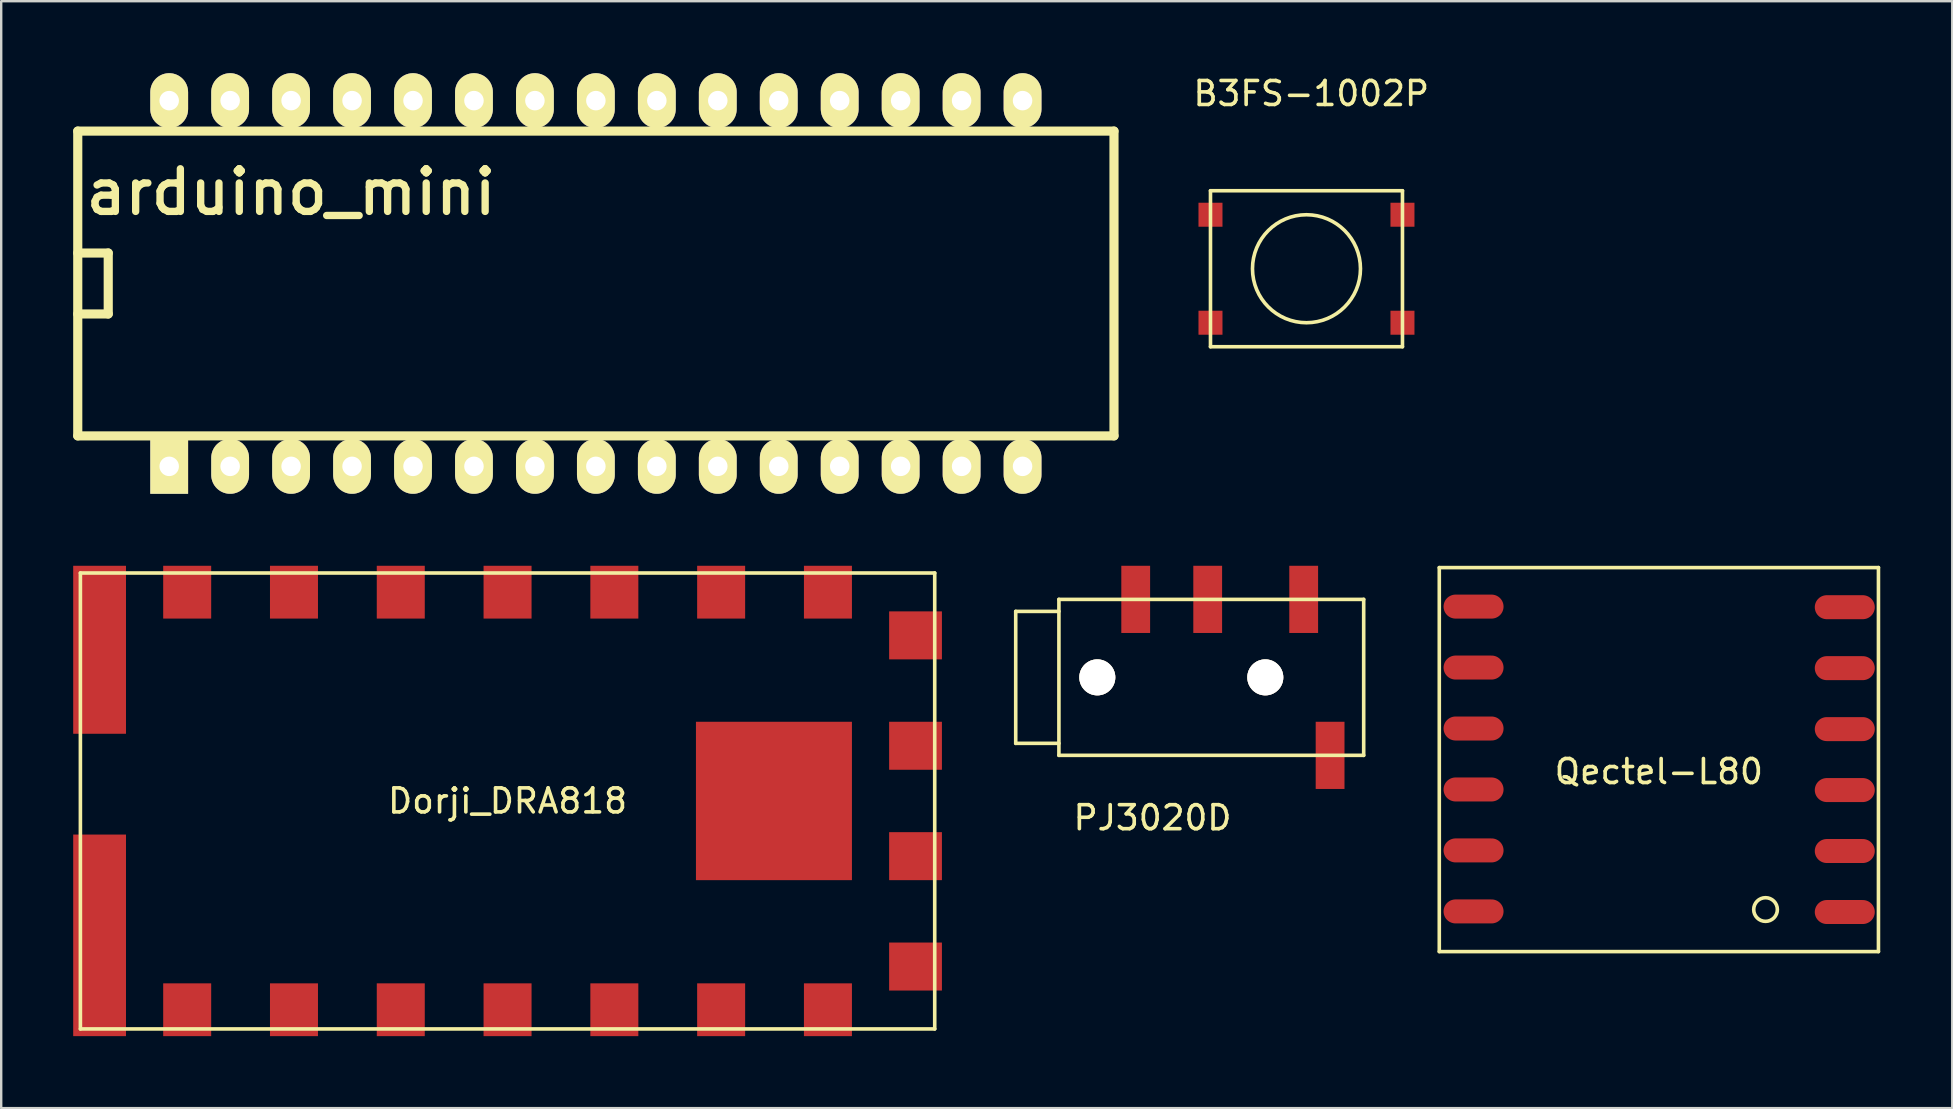
<source format=kicad_pcb>
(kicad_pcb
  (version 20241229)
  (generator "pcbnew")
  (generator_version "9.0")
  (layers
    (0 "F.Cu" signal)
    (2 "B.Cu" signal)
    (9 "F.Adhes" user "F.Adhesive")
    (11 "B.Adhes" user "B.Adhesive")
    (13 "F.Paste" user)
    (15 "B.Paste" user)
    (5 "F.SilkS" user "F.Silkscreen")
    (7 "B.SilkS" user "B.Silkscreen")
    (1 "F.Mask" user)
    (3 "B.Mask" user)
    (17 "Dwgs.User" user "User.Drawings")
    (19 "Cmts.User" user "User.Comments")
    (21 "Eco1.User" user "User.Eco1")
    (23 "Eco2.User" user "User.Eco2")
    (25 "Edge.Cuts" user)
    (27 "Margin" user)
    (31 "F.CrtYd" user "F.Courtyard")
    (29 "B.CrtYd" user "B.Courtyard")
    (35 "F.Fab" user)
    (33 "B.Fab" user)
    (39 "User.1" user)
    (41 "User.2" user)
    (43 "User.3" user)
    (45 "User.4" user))
  (footprint "B3FS-1002P"
    (layer "F.Cu")
    (at 51.391 8.148)
    (property "Reference" "B3FS-1002P" (at 0.2 -7.3 0) (layer "F.SilkS") (effects (font (size 1 1) (thickness 0.15))))
    (attr through_hole)
    (fp_line (start -4 -3.25) (end -4 3.25) (stroke (width 0.15) (type solid)) (layer "F.SilkS"))
    (fp_line (start -4 3.25) (end 4 3.25) (stroke (width 0.15) (type solid)) (layer "F.SilkS"))
    (fp_line (start 4 -3.25) (end -4 -3.25) (stroke (width 0.15) (type solid)) (layer "F.SilkS"))
    (fp_line (start 4 3.25) (end 4 -3.25) (stroke (width 0.15) (type solid)) (layer "F.SilkS"))
    (fp_circle (center 0 0) (end 0 2.25) (stroke (width 0.15) (type solid)) (fill no) (layer "F.SilkS"))
    (pad "1" smd rect (at -4 -2.25) (size 1 1) (layers "F.Cu" "F.Mask" "F.Paste"))
    (pad "2" smd rect (at -4 2.25) (size 1 1) (layers "F.Cu" "F.Mask" "F.Paste"))
    (pad "3" smd rect (at 4 -2.25) (size 1 1) (layers "F.Cu" "F.Mask" "F.Paste"))
    (pad "4" smd rect (at 4 2.25) (size 1 1) (layers "F.Cu" "F.Mask" "F.Paste")))
  (footprint "arduino_mini"
    (layer "F.Cu")
    (at 23.05 8.763)
    (property "Reference" "arduino_mini" (at -13.97 -3.81 0) (layer "F.SilkS") (effects (font (size 1.778 1.778) (thickness 0.305))))
    (attr through_hole)
    (fp_line (start -22.86 -6.35) (end 20.32 -6.35) (stroke (width 0.381) (type solid)) (layer "F.SilkS"))
    (fp_line (start -22.86 1.27) (end -21.59 1.27) (stroke (width 0.381) (type solid)) (layer "F.SilkS"))
    (fp_line (start -22.86 6.35) (end -22.86 -6.35) (stroke (width 0.381) (type solid)) (layer "F.SilkS"))
    (fp_line (start -21.59 -1.27) (end -22.86 -1.27) (stroke (width 0.381) (type solid)) (layer "F.SilkS"))
    (fp_line (start -21.59 1.27) (end -21.59 -1.27) (stroke (width 0.381) (type solid)) (layer "F.SilkS"))
    (fp_line (start 20.32 -6.35) (end 20.32 6.35) (stroke (width 0.381) (type solid)) (layer "F.SilkS"))
    (fp_line (start 20.32 6.35) (end -22.86 6.35) (stroke (width 0.381) (type solid)) (layer "F.SilkS"))
    (pad "1" thru_hole rect (at -19.05 7.62) (size 1.575 2.286) (drill 0.813) (layers "*.Cu" "*.Mask" "F.SilkS"))
    (pad "2" thru_hole oval (at -16.51 7.62) (size 1.575 2.286) (drill 0.813) (layers "*.Cu" "*.Mask" "F.SilkS"))
    (pad "3" thru_hole oval (at -13.97 7.62) (size 1.575 2.286) (drill 0.813) (layers "*.Cu" "*.Mask" "F.SilkS"))
    (pad "4" thru_hole oval (at -11.43 7.62) (size 1.575 2.286) (drill 0.813) (layers "*.Cu" "*.Mask" "F.SilkS"))
    (pad "5" thru_hole oval (at -8.89 7.62) (size 1.575 2.286) (drill 0.813) (layers "*.Cu" "*.Mask" "F.SilkS"))
    (pad "6" thru_hole oval (at -6.35 7.62) (size 1.575 2.286) (drill 0.813) (layers "*.Cu" "*.Mask" "F.SilkS"))
    (pad "7" thru_hole oval (at -3.81 7.62) (size 1.575 2.286) (drill 0.813) (layers "*.Cu" "*.Mask" "F.SilkS"))
    (pad "8" thru_hole oval (at -1.27 7.62) (size 1.575 2.286) (drill 0.813) (layers "*.Cu" "*.Mask" "F.SilkS"))
    (pad "9" thru_hole oval (at 1.27 7.62) (size 1.575 2.286) (drill 0.813) (layers "*.Cu" "*.Mask" "F.SilkS"))
    (pad "10" thru_hole oval (at 3.81 7.62) (size 1.575 2.286) (drill 0.813) (layers "*.Cu" "*.Mask" "F.SilkS"))
    (pad "11" thru_hole oval (at 6.35 7.62) (size 1.575 2.286) (drill 0.813) (layers "*.Cu" "*.Mask" "F.SilkS"))
    (pad "12" thru_hole oval (at 8.89 7.62) (size 1.575 2.286) (drill 0.813) (layers "*.Cu" "*.Mask" "F.SilkS"))
    (pad "13" thru_hole oval (at 11.43 7.62) (size 1.575 2.286) (drill 0.813) (layers "*.Cu" "*.Mask" "F.SilkS"))
    (pad "14" thru_hole oval (at 13.97 7.62) (size 1.575 2.286) (drill 0.813) (layers "*.Cu" "*.Mask" "F.SilkS"))
    (pad "15" thru_hole oval (at 16.51 7.62) (size 1.575 2.286) (drill 0.813) (layers "*.Cu" "*.Mask" "F.SilkS"))
    (pad "16" thru_hole oval (at 16.51 -7.62) (size 1.575 2.286) (drill 0.813) (layers "*.Cu" "*.Mask" "F.SilkS"))
    (pad "17" thru_hole oval (at 13.97 -7.62) (size 1.575 2.286) (drill 0.813) (layers "*.Cu" "*.Mask" "F.SilkS"))
    (pad "18" thru_hole oval (at 11.43 -7.62) (size 1.575 2.286) (drill 0.813) (layers "*.Cu" "*.Mask" "F.SilkS"))
    (pad "19" thru_hole oval (at 8.89 -7.62) (size 1.575 2.286) (drill 0.813) (layers "*.Cu" "*.Mask" "F.SilkS"))
    (pad "20" thru_hole oval (at 6.35 -7.62) (size 1.575 2.286) (drill 0.813) (layers "*.Cu" "*.Mask" "F.SilkS"))
    (pad "21" thru_hole oval (at 3.81 -7.62) (size 1.575 2.286) (drill 0.813) (layers "*.Cu" "*.Mask" "F.SilkS"))
    (pad "22" thru_hole oval (at 1.27 -7.62) (size 1.575 2.286) (drill 0.813) (layers "*.Cu" "*.Mask" "F.SilkS"))
    (pad "23" thru_hole oval (at -1.27 -7.62) (size 1.575 2.286) (drill 0.813) (layers "*.Cu" "*.Mask" "F.SilkS"))
    (pad "24" thru_hole oval (at -3.81 -7.62) (size 1.575 2.286) (drill 0.813) (layers "*.Cu" "*.Mask" "F.SilkS"))
    (pad "25" thru_hole oval (at -6.35 -7.62) (size 1.575 2.286) (drill 0.813) (layers "*.Cu" "*.Mask" "F.SilkS"))
    (pad "26" thru_hole oval (at -8.89 -7.62) (size 1.575 2.286) (drill 0.813) (layers "*.Cu" "*.Mask" "F.SilkS"))
    (pad "27" thru_hole oval (at -11.43 -7.62) (size 1.575 2.286) (drill 0.813) (layers "*.Cu" "*.Mask" "F.SilkS"))
    (pad "28" thru_hole oval (at -13.97 -7.62) (size 1.575 2.286) (drill 0.813) (layers "*.Cu" "*.Mask" "F.SilkS"))
    (pad "29" thru_hole oval (at -16.51 -7.62) (size 1.575 2.286) (drill 0.813) (layers "*.Cu" "*.Mask" "F.SilkS"))
    (pad "30" thru_hole oval (at -19.05 -7.62) (size 1.575 2.286) (drill 0.813) (layers "*.Cu" "*.Mask" "F.SilkS")))
  (footprint "PJ3020D"
    (layer "F.Cu")
    (at 44.275 21.926)
    (property "Reference" "PJ3020D" (at 0.7 9.1 0) (layer "F.SilkS") (effects (font (size 1 1) (thickness 0.15))))
    (attr through_hole)
    (fp_line (start -5 0.5) (end -3.2 0.5) (stroke (width 0.15) (type solid)) (layer "F.SilkS"))
    (fp_line (start -5 6) (end -5 0.5) (stroke (width 0.15) (type solid)) (layer "F.SilkS"))
    (fp_line (start -3.2 0) (end 9.5 0) (stroke (width 0.15) (type solid)) (layer "F.SilkS"))
    (fp_line (start -3.2 6) (end -5 6) (stroke (width 0.15) (type solid)) (layer "F.SilkS"))
    (fp_line (start -3.2 6.5) (end -3.2 0) (stroke (width 0.15) (type solid)) (layer "F.SilkS"))
    (fp_line (start 9.5 6.5) (end -3.2 6.5) (stroke (width 0.15) (type solid)) (layer "F.SilkS"))
    (fp_line (start 9.5 6.5) (end 9.5 0) (stroke (width 0.15) (type solid)) (layer "F.SilkS"))
    (pad "" thru_hole circle (at -1.6 3.25) (size 1.5 1.5) (drill 1.5) (layers "*.Cu" "*.Mask" "F.SilkS"))
    (pad "" thru_hole circle (at 5.4 3.25) (size 1.5 1.5) (drill 1.5) (layers "*.Cu" "*.Mask" "F.SilkS"))
    (pad "1" smd rect (at 8.1 6.5) (size 1.2 2.8) (layers "F.Cu" "F.Mask" "F.Paste"))
    (pad "2" smd rect (at 7 0) (size 1.2 2.8) (layers "F.Cu" "F.Mask" "F.Paste"))
    (pad "3" smd rect (at 3 0) (size 1.2 2.8) (layers "F.Cu" "F.Mask" "F.Paste"))
    (pad "4" smd rect (at 0 0) (size 1.2 2.8) (layers "F.Cu" "F.Mask" "F.Paste")))
  (footprint "Qectel-L80"
    (layer "F.Cu")
    (at 66.075 28.602)
    (property "Reference" "Qectel-L80" (at 0 0.5 0) (layer "F.SilkS") (effects (font (size 1 1) (thickness 0.15))))
    (attr through_hole)
    (fp_line (start -9.15 -8) (end 9.15 -8) (stroke (width 0.15) (type solid)) (layer "F.SilkS"))
    (fp_line (start -9.15 8) (end -9.15 -8) (stroke (width 0.15) (type solid)) (layer "F.SilkS"))
    (fp_line (start -9.15 8) (end 9.15 8) (stroke (width 0.15) (type solid)) (layer "F.SilkS"))
    (fp_line (start 9.15 -8.001) (end 9.15 8.001) (stroke (width 0.15) (type solid)) (layer "F.SilkS"))
    (fp_circle (center 4.445 6.248) (end 4.851 6.528) (stroke (width 0.15) (type solid)) (fill no) (layer "F.SilkS"))
    (pad "1" smd oval (at 7.747 6.352) (size 2.5 1) (layers "F.Cu" "F.Mask" "F.Paste"))
    (pad "2" smd oval (at 7.747 3.81) (size 2.5 1) (layers "F.Cu" "F.Mask" "F.Paste"))
    (pad "3" smd oval (at 7.747 1.27) (size 2.5 1) (layers "F.Cu" "F.Mask" "F.Paste"))
    (pad "4" smd oval (at 7.747 -1.27) (size 2.5 1) (layers "F.Cu" "F.Mask" "F.Paste"))
    (pad "5" smd oval (at 7.747 -3.81) (size 2.5 1) (layers "F.Cu" "F.Mask" "F.Paste"))
    (pad "6" smd oval (at 7.747 -6.35) (size 2.5 1) (layers "F.Cu" "F.Mask" "F.Paste"))
    (pad "7" smd oval (at -7.722 -6.375) (size 2.5 1) (layers "F.Cu" "F.Mask" "F.Paste"))
    (pad "8" smd oval (at -7.722 -3.835) (size 2.5 1) (layers "F.Cu" "F.Mask" "F.Paste"))
    (pad "9" smd oval (at -7.722 -1.295) (size 2.5 1) (layers "F.Cu" "F.Mask" "F.Paste"))
    (pad "10" smd oval (at -7.722 1.245) (size 2.5 1) (layers "F.Cu" "F.Mask" "F.Paste"))
    (pad "11" smd oval (at -7.722 3.785) (size 2.5 1) (layers "F.Cu" "F.Mask" "F.Paste"))
    (pad "12" smd oval (at -7.722 6.327) (size 2.5 1) (layers "F.Cu" "F.Mask" "F.Paste")))
  (footprint "Dorji_DRA818"
    (layer "F.Cu")
    (at 18.1 30.326)
    (property "Reference" "Dorji_DRA818" (at 0 0 0) (layer "F.SilkS") (effects (font (size 1 1) (thickness 0.15))))
    (attr through_hole)
    (fp_line (start -17.8 -9.5) (end 17.8 -9.5) (stroke (width 0.15) (type solid)) (layer "F.SilkS"))
    (fp_line (start -17.8 9.5) (end -17.8 -9.5) (stroke (width 0.15) (type solid)) (layer "F.SilkS"))
    (fp_line (start 17.8 -9.5) (end 17.8 9.5) (stroke (width 0.15) (type solid)) (layer "F.SilkS"))
    (fp_line (start 17.8 9.5) (end -17.8 9.5) (stroke (width 0.15) (type solid)) (layer "F.SilkS"))
    (pad "1" smd rect (at -13.35 -8.7) (size 2 2.2) (layers "F.Cu" "F.Mask" "F.Paste"))
    (pad "2" smd rect (at -8.9 -8.7) (size 2 2.2) (layers "F.Cu" "F.Mask" "F.Paste"))
    (pad "3" smd rect (at -4.45 -8.7) (size 2 2.2) (layers "F.Cu" "F.Mask" "F.Paste"))
    (pad "4" smd rect (at 0 -8.7) (size 2 2.2) (layers "F.Cu" "F.Mask" "F.Paste"))
    (pad "5" smd rect (at 4.45 -8.7) (size 2 2.2) (layers "F.Cu" "F.Mask" "F.Paste"))
    (pad "6" smd rect (at 8.9 -8.7) (size 2 2.2) (layers "F.Cu" "F.Mask" "F.Paste"))
    (pad "7" smd rect (at 13.35 -8.7) (size 2 2.2) (layers "F.Cu" "F.Mask" "F.Paste"))
    (pad "8" smd rect (at 17 -6.9 90) (size 2 2.2) (layers "F.Cu" "F.Mask" "F.Paste"))
    (pad "9" smd rect (at 17 -2.3 90) (size 2 2.2) (layers "F.Cu" "F.Mask" "F.Paste"))
    (pad "10" smd rect (at 17 2.3 90) (size 2 2.2) (layers "F.Cu" "F.Mask" "F.Paste"))
    (pad "11" smd rect (at 17 6.9 90) (size 2 2.2) (layers "F.Cu" "F.Mask" "F.Paste"))
    (pad "12" smd rect (at 13.35 8.7) (size 2 2.2) (layers "F.Cu" "F.Mask" "F.Paste"))
    (pad "13" smd rect (at 8.9 8.7) (size 2 2.2) (layers "F.Cu" "F.Mask" "F.Paste"))
    (pad "14" smd rect (at 4.45 8.7) (size 2 2.2) (layers "F.Cu" "F.Mask" "F.Paste"))
    (pad "15" smd rect (at 0 8.7) (size 2 2.2) (layers "F.Cu" "F.Mask" "F.Paste"))
    (pad "16" smd rect (at -4.45 8.7) (size 2 2.2) (layers "F.Cu" "F.Mask" "F.Paste"))
    (pad "17" smd rect (at -8.9 8.7) (size 2 2.2) (layers "F.Cu" "F.Mask" "F.Paste"))
    (pad "18" smd rect (at -13.35 8.7) (size 2 2.2) (layers "F.Cu" "F.Mask" "F.Paste"))
    (pad "P1" smd rect (at 11.1 0) (size 6.5 6.6) (layers "F.Cu" "F.Mask" "F.Paste"))
    (pad "P2" smd rect (at -17 -6.3) (size 2.2 7) (layers "F.Cu" "F.Mask" "F.Paste"))
    (pad "P3" smd rect (at -17 5.6) (size 2.2 8.4) (layers "F.Cu" "F.Mask" "F.Paste")))
  (gr_rect
    (start -3 -3)
    (end 78.3 43.126)
    (stroke (width 0.1) (type default))
    (fill no)
    (layer "Edge.Cuts")))
</source>
